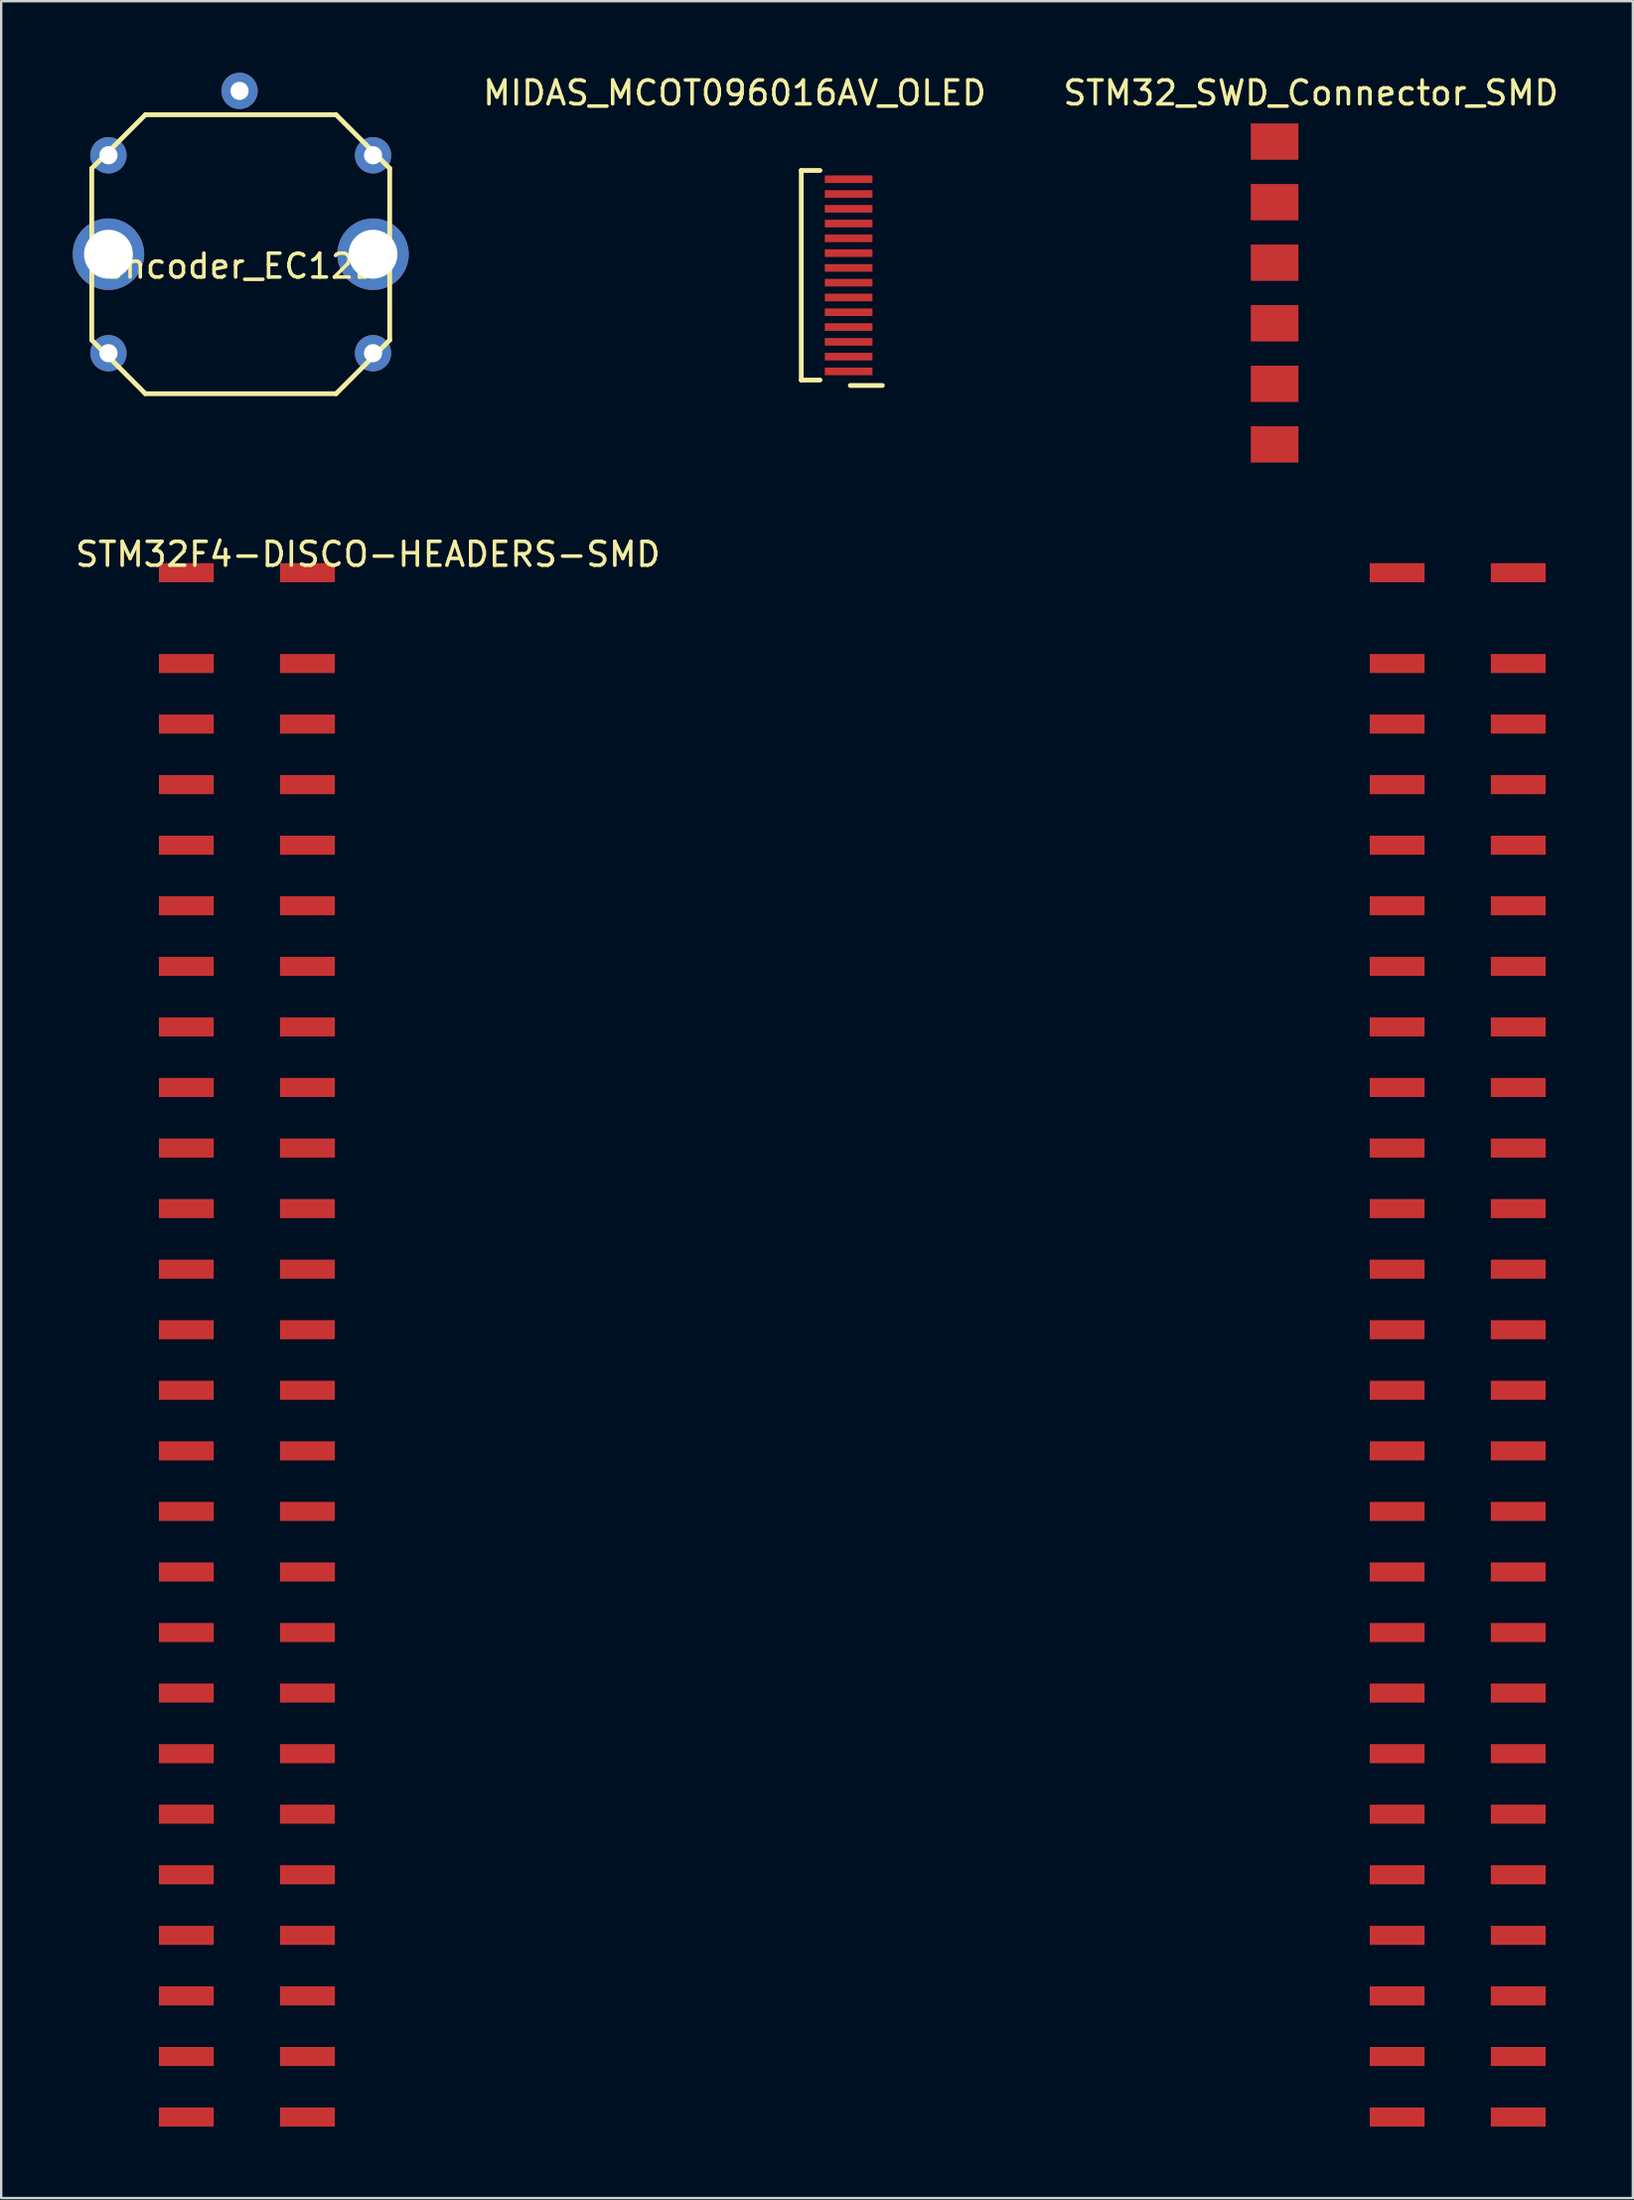
<source format=kicad_pcb>
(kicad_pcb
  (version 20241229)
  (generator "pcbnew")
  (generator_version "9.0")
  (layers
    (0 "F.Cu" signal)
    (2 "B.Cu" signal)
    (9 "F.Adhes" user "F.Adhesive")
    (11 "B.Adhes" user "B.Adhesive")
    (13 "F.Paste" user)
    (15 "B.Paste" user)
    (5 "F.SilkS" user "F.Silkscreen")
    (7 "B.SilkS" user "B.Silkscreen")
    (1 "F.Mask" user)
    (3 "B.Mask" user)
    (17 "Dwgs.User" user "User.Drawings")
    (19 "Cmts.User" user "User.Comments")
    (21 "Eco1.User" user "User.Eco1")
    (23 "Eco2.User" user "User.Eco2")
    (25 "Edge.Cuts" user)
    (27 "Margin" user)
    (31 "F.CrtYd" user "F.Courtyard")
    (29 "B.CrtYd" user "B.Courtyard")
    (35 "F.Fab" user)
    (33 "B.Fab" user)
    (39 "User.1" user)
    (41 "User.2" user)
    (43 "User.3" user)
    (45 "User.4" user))
  (footprint "encoder_EC12D"
    (layer "F.Cu")
    (at 7.05 7.612)
    (property "Reference" "encoder_EC12D" (at 0 0.5 0) (layer "F.SilkS") (effects (font (size 1 1) (thickness 0.15))))
    (attr through_hole)
    (fp_line (start -6.25 3.6) (end -6.25 -3.6) (stroke (width 0.2) (type solid)) (layer "F.SilkS"))
    (fp_line (start -4 -5.85) (end -6.25 -3.6) (stroke (width 0.2) (type solid)) (layer "F.SilkS"))
    (fp_line (start -4 -5.85) (end 4 -5.85) (stroke (width 0.2) (type solid)) (layer "F.SilkS"))
    (fp_line (start -4 5.85) (end -6.25 3.6) (stroke (width 0.2) (type solid)) (layer "F.SilkS"))
    (fp_line (start 4 5.85) (end -4 5.85) (stroke (width 0.2) (type solid)) (layer "F.SilkS"))
    (fp_line (start 4 5.85) (end 6.25 3.6) (stroke (width 0.2) (type solid)) (layer "F.SilkS"))
    (fp_line (start 6.25 -3.6) (end 4 -5.85) (stroke (width 0.2) (type solid)) (layer "F.SilkS"))
    (fp_line (start 6.25 -3.6) (end 6.25 3.6) (stroke (width 0.2) (type solid)) (layer "F.SilkS"))
    (pad "1" thru_hole circle (at -5.55 -4.15) (size 1.524 1.524) (drill 0.762) (layers "*.Cu" "*.Mask"))
    (pad "2" thru_hole circle (at 5.55 -4.15) (size 1.524 1.524) (drill 0.762) (layers "*.Cu" "*.Mask"))
    (pad "3" thru_hole circle (at -5.55 4.15) (size 1.524 1.524) (drill 0.762) (layers "*.Cu" "*.Mask"))
    (pad "4" thru_hole circle (at 5.55 4.15) (size 1.524 1.524) (drill 0.762) (layers "*.Cu" "*.Mask"))
    (pad "5" thru_hole circle (at -0.05 -6.85) (size 1.524 1.524) (drill 0.762) (layers "*.Cu" "*.Mask"))
    (pad "6" thru_hole circle (at -5.55 0) (size 3 3) (drill 2.05) (layers "*.Cu" "*.Mask"))
    (pad "6" thru_hole circle (at 5.55 0) (size 3 3) (drill 2.05) (layers "*.Cu" "*.Mask")))
  (footprint "STM32F4-DISCO-HEADERS-SMD"
    (layer "F.Cu")
    (at 12.387 19.698)
    (property "Reference" "STM32F4-DISCO-HEADERS-SMD" (at 0 0.5 0) (layer "F.SilkS") (effects (font (size 1 1) (thickness 0.15))))
    (attr through_hole)
    (pad "1" smd rect (at -7.62 1.27 90) (size 0.8 2.3) (layers "F.Cu" "F.Mask" "F.Paste"))
    (pad "2" smd rect (at -2.54 1.27 90) (size 0.8 2.3) (layers "F.Cu" "F.Mask" "F.Paste"))
    (pad "3" smd rect (at -7.62 5.08 90) (size 0.8 2.3) (layers "F.Cu" "F.Mask" "F.Paste"))
    (pad "4" smd rect (at -7.62 7.62 90) (size 0.8 2.3) (layers "F.Cu" "F.Mask" "F.Paste"))
    (pad "5" smd rect (at -7.62 10.16 90) (size 0.8 2.3) (layers "F.Cu" "F.Mask" "F.Paste"))
    (pad "6" smd rect (at -7.62 12.7 90) (size 0.8 2.3) (layers "F.Cu" "F.Mask" "F.Paste"))
    (pad "7" smd rect (at -7.62 15.24 90) (size 0.8 2.3) (layers "F.Cu" "F.Mask" "F.Paste"))
    (pad "8" smd rect (at -7.62 17.78 90) (size 0.8 2.3) (layers "F.Cu" "F.Mask" "F.Paste"))
    (pad "9" smd rect (at -7.62 20.32 90) (size 0.8 2.3) (layers "F.Cu" "F.Mask" "F.Paste"))
    (pad "10" smd rect (at -7.62 22.86 90) (size 0.8 2.3) (layers "F.Cu" "F.Mask" "F.Paste"))
    (pad "11" smd rect (at -7.62 25.4 90) (size 0.8 2.3) (layers "F.Cu" "F.Mask" "F.Paste"))
    (pad "12" smd rect (at -7.62 27.94 90) (size 0.8 2.3) (layers "F.Cu" "F.Mask" "F.Paste"))
    (pad "13" smd rect (at -7.62 30.48 90) (size 0.8 2.3) (layers "F.Cu" "F.Mask" "F.Paste"))
    (pad "14" smd rect (at -7.62 33.02 90) (size 0.8 2.3) (layers "F.Cu" "F.Mask" "F.Paste"))
    (pad "15" smd rect (at -7.62 35.56 90) (size 0.8 2.3) (layers "F.Cu" "F.Mask" "F.Paste"))
    (pad "16" smd rect (at -7.62 38.1 90) (size 0.8 2.3) (layers "F.Cu" "F.Mask" "F.Paste"))
    (pad "17" smd rect (at -7.62 40.64 90) (size 0.8 2.3) (layers "F.Cu" "F.Mask" "F.Paste"))
    (pad "18" smd rect (at -7.62 43.18 90) (size 0.8 2.3) (layers "F.Cu" "F.Mask" "F.Paste"))
    (pad "19" smd rect (at -7.62 45.72 90) (size 0.8 2.3) (layers "F.Cu" "F.Mask" "F.Paste"))
    (pad "20" smd rect (at -7.62 48.26 90) (size 0.8 2.3) (layers "F.Cu" "F.Mask" "F.Paste"))
    (pad "21" smd rect (at -7.62 50.8 90) (size 0.8 2.3) (layers "F.Cu" "F.Mask" "F.Paste"))
    (pad "22" smd rect (at -7.62 53.34 90) (size 0.8 2.3) (layers "F.Cu" "F.Mask" "F.Paste"))
    (pad "23" smd rect (at -7.62 55.88 90) (size 0.8 2.3) (layers "F.Cu" "F.Mask" "F.Paste"))
    (pad "24" smd rect (at -7.62 58.42 90) (size 0.8 2.3) (layers "F.Cu" "F.Mask" "F.Paste"))
    (pad "25" smd rect (at -7.62 60.96 90) (size 0.8 2.3) (layers "F.Cu" "F.Mask" "F.Paste"))
    (pad "26" smd rect (at -7.62 63.5 90) (size 0.8 2.3) (layers "F.Cu" "F.Mask" "F.Paste"))
    (pad "27" smd rect (at -7.62 66.04 90) (size 0.8 2.3) (layers "F.Cu" "F.Mask" "F.Paste"))
    (pad "28" smd rect (at -2.54 5.08 90) (size 0.8 2.3) (layers "F.Cu" "F.Mask" "F.Paste"))
    (pad "29" smd rect (at -2.54 7.62 90) (size 0.8 2.3) (layers "F.Cu" "F.Mask" "F.Paste"))
    (pad "30" smd rect (at -2.54 10.16 90) (size 0.8 2.3) (layers "F.Cu" "F.Mask" "F.Paste"))
    (pad "31" smd rect (at -2.54 12.7 90) (size 0.8 2.3) (layers "F.Cu" "F.Mask" "F.Paste"))
    (pad "32" smd rect (at -2.54 15.24 90) (size 0.8 2.3) (layers "F.Cu" "F.Mask" "F.Paste"))
    (pad "33" smd rect (at -2.54 17.78 90) (size 0.8 2.3) (layers "F.Cu" "F.Mask" "F.Paste"))
    (pad "34" smd rect (at -2.54 20.32 90) (size 0.8 2.3) (layers "F.Cu" "F.Mask" "F.Paste"))
    (pad "35" smd rect (at -2.54 22.86 90) (size 0.8 2.3) (layers "F.Cu" "F.Mask" "F.Paste"))
    (pad "36" smd rect (at -2.54 25.4 90) (size 0.8 2.3) (layers "F.Cu" "F.Mask" "F.Paste"))
    (pad "37" smd rect (at -2.54 27.94 90) (size 0.8 2.3) (layers "F.Cu" "F.Mask" "F.Paste"))
    (pad "38" smd rect (at -2.54 30.48 90) (size 0.8 2.3) (layers "F.Cu" "F.Mask" "F.Paste"))
    (pad "39" smd rect (at -2.54 33.02 90) (size 0.8 2.3) (layers "F.Cu" "F.Mask" "F.Paste"))
    (pad "40" smd rect (at -2.54 35.56 90) (size 0.8 2.3) (layers "F.Cu" "F.Mask" "F.Paste"))
    (pad "41" smd rect (at -2.54 38.1 90) (size 0.8 2.3) (layers "F.Cu" "F.Mask" "F.Paste"))
    (pad "42" smd rect (at -2.54 40.64 90) (size 0.8 2.3) (layers "F.Cu" "F.Mask" "F.Paste"))
    (pad "43" smd rect (at -2.54 43.18 90) (size 0.8 2.3) (layers "F.Cu" "F.Mask" "F.Paste"))
    (pad "44" smd rect (at -2.54 45.72 90) (size 0.8 2.3) (layers "F.Cu" "F.Mask" "F.Paste"))
    (pad "45" smd rect (at -2.54 48.26 90) (size 0.8 2.3) (layers "F.Cu" "F.Mask" "F.Paste"))
    (pad "46" smd rect (at -2.54 50.8 90) (size 0.8 2.3) (layers "F.Cu" "F.Mask" "F.Paste"))
    (pad "47" smd rect (at -2.54 53.34 90) (size 0.8 2.3) (layers "F.Cu" "F.Mask" "F.Paste"))
    (pad "48" smd rect (at -2.54 55.88 90) (size 0.8 2.3) (layers "F.Cu" "F.Mask" "F.Paste"))
    (pad "49" smd rect (at -2.54 58.42 90) (size 0.8 2.3) (layers "F.Cu" "F.Mask" "F.Paste"))
    (pad "50" smd rect (at -2.54 60.96 90) (size 0.8 2.3) (layers "F.Cu" "F.Mask" "F.Paste"))
    (pad "51" smd rect (at -2.54 63.5 90) (size 0.8 2.3) (layers "F.Cu" "F.Mask" "F.Paste"))
    (pad "52" smd rect (at -2.54 66.04 90) (size 0.8 2.3) (layers "F.Cu" "F.Mask" "F.Paste"))
    (pad "53" smd rect (at 43.18 1.27 90) (size 0.8 2.3) (layers "F.Cu" "F.Mask" "F.Paste"))
    (pad "54" smd rect (at 48.26 1.27 90) (size 0.8 2.3) (layers "F.Cu" "F.Mask" "F.Paste"))
    (pad "55" smd rect (at 43.18 5.08 90) (size 0.8 2.3) (layers "F.Cu" "F.Mask" "F.Paste"))
    (pad "56" smd rect (at 43.18 7.62 90) (size 0.8 2.3) (layers "F.Cu" "F.Mask" "F.Paste"))
    (pad "57" smd rect (at 43.18 10.16 90) (size 0.8 2.3) (layers "F.Cu" "F.Mask" "F.Paste"))
    (pad "58" smd rect (at 43.18 12.7 90) (size 0.8 2.3) (layers "F.Cu" "F.Mask" "F.Paste"))
    (pad "59" smd rect (at 43.18 15.24 90) (size 0.8 2.3) (layers "F.Cu" "F.Mask" "F.Paste"))
    (pad "60" smd rect (at 43.18 17.78 90) (size 0.8 2.3) (layers "F.Cu" "F.Mask" "F.Paste"))
    (pad "61" smd rect (at 43.18 20.32 90) (size 0.8 2.3) (layers "F.Cu" "F.Mask" "F.Paste"))
    (pad "62" smd rect (at 43.18 22.86 90) (size 0.8 2.3) (layers "F.Cu" "F.Mask" "F.Paste"))
    (pad "63" smd rect (at 43.18 25.4 90) (size 0.8 2.3) (layers "F.Cu" "F.Mask" "F.Paste"))
    (pad "64" smd rect (at 43.18 27.94 90) (size 0.8 2.3) (layers "F.Cu" "F.Mask" "F.Paste"))
    (pad "65" smd rect (at 43.18 30.48 90) (size 0.8 2.3) (layers "F.Cu" "F.Mask" "F.Paste"))
    (pad "66" smd rect (at 43.18 33.02 90) (size 0.8 2.3) (layers "F.Cu" "F.Mask" "F.Paste"))
    (pad "67" smd rect (at 43.18 35.56 90) (size 0.8 2.3) (layers "F.Cu" "F.Mask" "F.Paste"))
    (pad "68" smd rect (at 43.18 38.1 90) (size 0.8 2.3) (layers "F.Cu" "F.Mask" "F.Paste"))
    (pad "69" smd rect (at 43.18 40.64 90) (size 0.8 2.3) (layers "F.Cu" "F.Mask" "F.Paste"))
    (pad "70" smd rect (at 43.18 43.18 90) (size 0.8 2.3) (layers "F.Cu" "F.Mask" "F.Paste"))
    (pad "71" smd rect (at 43.18 45.72 90) (size 0.8 2.3) (layers "F.Cu" "F.Mask" "F.Paste"))
    (pad "72" smd rect (at 43.18 48.26 90) (size 0.8 2.3) (layers "F.Cu" "F.Mask" "F.Paste"))
    (pad "73" smd rect (at 43.18 50.8 90) (size 0.8 2.3) (layers "F.Cu" "F.Mask" "F.Paste"))
    (pad "74" smd rect (at 43.18 53.34 90) (size 0.8 2.3) (layers "F.Cu" "F.Mask" "F.Paste"))
    (pad "75" smd rect (at 43.18 55.88 90) (size 0.8 2.3) (layers "F.Cu" "F.Mask" "F.Paste"))
    (pad "76" smd rect (at 43.18 58.42 90) (size 0.8 2.3) (layers "F.Cu" "F.Mask" "F.Paste"))
    (pad "77" smd rect (at 43.18 60.96 90) (size 0.8 2.3) (layers "F.Cu" "F.Mask" "F.Paste"))
    (pad "78" smd rect (at 43.18 63.5 90) (size 0.8 2.3) (layers "F.Cu" "F.Mask" "F.Paste"))
    (pad "79" smd rect (at 43.18 66.04 90) (size 0.8 2.3) (layers "F.Cu" "F.Mask" "F.Paste"))
    (pad "80" smd rect (at 48.26 5.08 90) (size 0.8 2.3) (layers "F.Cu" "F.Mask" "F.Paste"))
    (pad "81" smd rect (at 48.26 7.62 90) (size 0.8 2.3) (layers "F.Cu" "F.Mask" "F.Paste"))
    (pad "82" smd rect (at 48.26 10.16 90) (size 0.8 2.3) (layers "F.Cu" "F.Mask" "F.Paste"))
    (pad "83" smd rect (at 48.26 12.7 90) (size 0.8 2.3) (layers "F.Cu" "F.Mask" "F.Paste"))
    (pad "84" smd rect (at 48.26 15.24 90) (size 0.8 2.3) (layers "F.Cu" "F.Mask" "F.Paste"))
    (pad "85" smd rect (at 48.26 17.78 90) (size 0.8 2.3) (layers "F.Cu" "F.Mask" "F.Paste"))
    (pad "86" smd rect (at 48.26 20.32 90) (size 0.8 2.3) (layers "F.Cu" "F.Mask" "F.Paste"))
    (pad "87" smd rect (at 48.26 22.86 90) (size 0.8 2.3) (layers "F.Cu" "F.Mask" "F.Paste"))
    (pad "88" smd rect (at 48.26 25.4 90) (size 0.8 2.3) (layers "F.Cu" "F.Mask" "F.Paste"))
    (pad "89" smd rect (at 48.26 27.94 90) (size 0.8 2.3) (layers "F.Cu" "F.Mask" "F.Paste"))
    (pad "90" smd rect (at 48.26 30.48 90) (size 0.8 2.3) (layers "F.Cu" "F.Mask" "F.Paste"))
    (pad "91" smd rect (at 48.26 33.02 90) (size 0.8 2.3) (layers "F.Cu" "F.Mask" "F.Paste"))
    (pad "92" smd rect (at 48.26 35.56 90) (size 0.8 2.3) (layers "F.Cu" "F.Mask" "F.Paste"))
    (pad "93" smd rect (at 48.26 38.1 90) (size 0.8 2.3) (layers "F.Cu" "F.Mask" "F.Paste"))
    (pad "94" smd rect (at 48.26 40.64 90) (size 0.8 2.3) (layers "F.Cu" "F.Mask" "F.Paste"))
    (pad "95" smd rect (at 48.26 43.18 90) (size 0.8 2.3) (layers "F.Cu" "F.Mask" "F.Paste"))
    (pad "96" smd rect (at 48.26 45.72 90) (size 0.8 2.3) (layers "F.Cu" "F.Mask" "F.Paste"))
    (pad "97" smd rect (at 48.26 48.26 90) (size 0.8 2.3) (layers "F.Cu" "F.Mask" "F.Paste"))
    (pad "98" smd rect (at 48.26 50.8 90) (size 0.8 2.3) (layers "F.Cu" "F.Mask" "F.Paste"))
    (pad "99" smd rect (at 48.26 53.34 90) (size 0.8 2.3) (layers "F.Cu" "F.Mask" "F.Paste"))
    (pad "100" smd rect (at 48.26 55.88 90) (size 0.8 2.3) (layers "F.Cu" "F.Mask" "F.Paste"))
    (pad "101" smd rect (at 48.26 58.42 90) (size 0.8 2.3) (layers "F.Cu" "F.Mask" "F.Paste"))
    (pad "102" smd rect (at 48.26 60.96 90) (size 0.8 2.3) (layers "F.Cu" "F.Mask" "F.Paste"))
    (pad "103" smd rect (at 48.26 63.5 90) (size 0.8 2.3) (layers "F.Cu" "F.Mask" "F.Paste"))
    (pad "104" smd rect (at 48.26 66.04 90) (size 0.8 2.3) (layers "F.Cu" "F.Mask" "F.Paste")))
  (footprint "STM32_SWD_Connector_SMD"
    (layer "F.Cu")
    (at 51.951 0.348)
    (property "Reference" "STM32_SWD_Connector_SMD" (at 0 0.5 0) (layer "F.SilkS") (effects (font (size 1 1) (thickness 0.15))))
    (attr through_hole)
    (pad "1" smd rect (at -1.524 2.54) (size 2 1.524) (layers "F.Cu" "F.Mask" "F.Paste"))
    (pad "2" smd rect (at -1.524 5.08) (size 2 1.524) (layers "F.Cu" "F.Mask" "F.Paste"))
    (pad "3" smd rect (at -1.524 7.62) (size 2 1.524) (layers "F.Cu" "F.Mask" "F.Paste"))
    (pad "4" smd rect (at -1.524 10.16) (size 2 1.524) (layers "F.Cu" "F.Mask" "F.Paste"))
    (pad "5" smd rect (at -1.524 12.7) (size 2 1.524) (layers "F.Cu" "F.Mask" "F.Paste"))
    (pad "6" smd rect (at -1.524 15.24) (size 2 1.524) (layers "F.Cu" "F.Mask" "F.Paste")))
  (footprint "MIDAS_MCOT096016AV_OLED"
    (layer "F.Cu")
    (at 31.329 3.896)
    (property "Reference" "MIDAS_MCOT096016AV_OLED" (at -3.556 -3.048 0) (layer "F.SilkS") (effects (font (size 1 1) (thickness 0.15))))
    (attr through_hole)
    (fp_line (start -0.762 8.992) (end -0.762 0.203) (stroke (width 0.2) (type solid)) (layer "F.SilkS"))
    (fp_line (start 0.025 0.203) (end -0.762 0.203) (stroke (width 0.2) (type solid)) (layer "F.SilkS"))
    (fp_line (start 0.025 8.992) (end -0.762 8.992) (stroke (width 0.2) (type solid)) (layer "F.SilkS"))
    (fp_line (start 1.295 9.22) (end 2.642 9.22) (stroke (width 0.2) (type solid)) (layer "F.SilkS"))
    (pad "1" smd rect (at 1.225 8.63 180) (size 2 0.32) (layers "F.Cu" "F.Mask" "F.Paste"))
    (pad "2" smd rect (at 1.225 8.01 180) (size 2 0.32) (layers "F.Cu" "F.Mask" "F.Paste"))
    (pad "3" smd rect (at 1.225 7.39 180) (size 2 0.32) (layers "F.Cu" "F.Mask" "F.Paste"))
    (pad "4" smd rect (at 1.225 6.77 180) (size 2 0.32) (layers "F.Cu" "F.Mask" "F.Paste"))
    (pad "5" smd rect (at 1.225 6.15 180) (size 2 0.32) (layers "F.Cu" "F.Mask" "F.Paste"))
    (pad "6" smd rect (at 1.225 5.53 180) (size 2 0.32) (layers "F.Cu" "F.Mask" "F.Paste"))
    (pad "7" smd rect (at 1.225 4.91 180) (size 2 0.32) (layers "F.Cu" "F.Mask" "F.Paste"))
    (pad "8" smd rect (at 1.225 4.29 180) (size 2 0.32) (layers "F.Cu" "F.Mask" "F.Paste"))
    (pad "9" smd rect (at 1.225 3.67 180) (size 2 0.32) (layers "F.Cu" "F.Mask" "F.Paste"))
    (pad "10" smd rect (at 1.225 3.05 180) (size 2 0.32) (layers "F.Cu" "F.Mask" "F.Paste"))
    (pad "11" smd rect (at 1.225 2.43 180) (size 2 0.32) (layers "F.Cu" "F.Mask" "F.Paste"))
    (pad "12" smd rect (at 1.225 1.81 180) (size 2 0.32) (layers "F.Cu" "F.Mask" "F.Paste"))
    (pad "13" smd rect (at 1.225 1.19 180) (size 2 0.32) (layers "F.Cu" "F.Mask" "F.Paste"))
    (pad "14" smd rect (at 1.225 0.57 180) (size 2 0.32) (layers "F.Cu" "F.Mask" "F.Paste")))
  (gr_rect
    (start -3 -3)
    (end 65.457 89.138)
    (stroke (width 0.1) (type default))
    (fill no)
    (layer "Edge.Cuts")))
</source>
